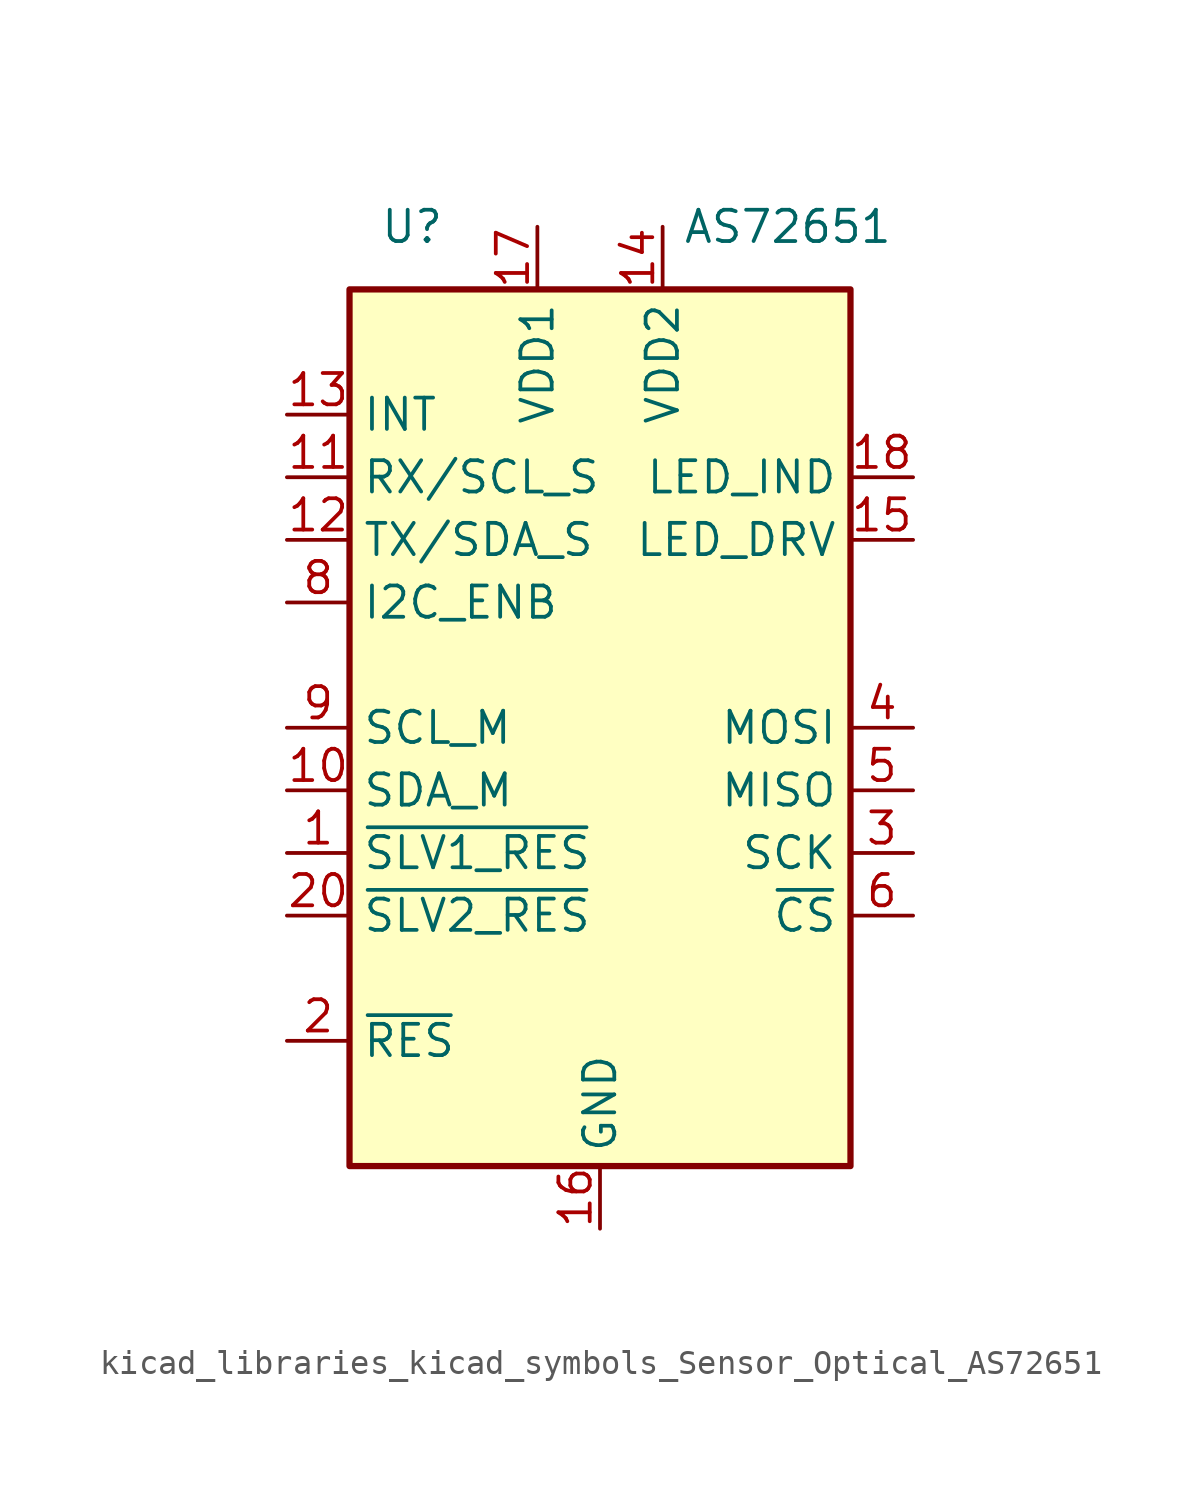
<source format=kicad_sym>
(kicad_symbol_lib
  (version 20220914)
  (generator kicad_symbol_editor)
  (symbol "kicad_libraries_kicad_symbols_Sensor_Optical_AS72651"
    (property "Reference" "U"
      (at -7.62 20.32 0)
      (effects (font (size 1.27 1.27))))
    (property "Value" "AS72651"
      (at 7.62 20.32 0)
      (effects (font (size 1.27 1.27))))
    (symbol "kicad_libraries_kicad_symbols_Sensor_Optical_AS72651_0_1"
      (rectangle (start 10.16 -17.78) (end -10.16 17.78) (stroke (width 0.254) (type default)) (fill (type background))))
    (symbol "kicad_libraries_kicad_symbols_Sensor_Optical_AS72651_1_1"
      (pin output line (at -12.7 -5.08 0) (length 2.54) (name "~{SLV1_RES}" (effects (font (size 1.27 1.27)))) (number "1" (effects (font (size 1.27 1.27)))))
      (pin bidirectional line (at -12.7 -2.54 0) (length 2.54) (name "SDA_M" (effects (font (size 1.27 1.27)))) (number "10" (effects (font (size 1.27 1.27)))))
      (pin input line (at -12.7 10.16 0) (length 2.54) (name "RX/SCL_S" (effects (font (size 1.27 1.27)))) (number "11" (effects (font (size 1.27 1.27)))))
      (pin bidirectional line (at -12.7 7.62 0) (length 2.54) (name "TX/SDA_S" (effects (font (size 1.27 1.27)))) (number "12" (effects (font (size 1.27 1.27)))))
      (pin output line (at -12.7 12.7 0) (length 2.54) (name "INT" (effects (font (size 1.27 1.27)))) (number "13" (effects (font (size 1.27 1.27)))))
      (pin power_in line (at 2.54 20.32 270) (length 2.54) (name "VDD2" (effects (font (size 1.27 1.27)))) (number "14" (effects (font (size 1.27 1.27)))))
      (pin output line (at 12.7 7.62 180) (length 2.54) (name "LED_DRV" (effects (font (size 1.27 1.27)))) (number "15" (effects (font (size 1.27 1.27)))))
      (pin power_in line (at 0 -20.32 90) (length 2.54) (name "GND" (effects (font (size 1.27 1.27)))) (number "16" (effects (font (size 1.27 1.27)))))
      (pin power_in line (at -2.54 20.32 270) (length 2.54) (name "VDD1" (effects (font (size 1.27 1.27)))) (number "17" (effects (font (size 1.27 1.27)))))
      (pin output line (at 12.7 10.16 180) (length 2.54) (name "LED_IND" (effects (font (size 1.27 1.27)))) (number "18" (effects (font (size 1.27 1.27)))))
      (pin no_connect line (at 10.16 -12.7 180) (length 2.54) hide (name "NC" (effects (font (size 1.27 1.27)))) (number "19" (effects (font (size 1.27 1.27)))))
      (pin input line (at -12.7 -12.7 0) (length 2.54) (name "~{RES}" (effects (font (size 1.27 1.27)))) (number "2" (effects (font (size 1.27 1.27)))))
      (pin output line (at -12.7 -7.62 0) (length 2.54) (name "~{SLV2_RES}" (effects (font (size 1.27 1.27)))) (number "20" (effects (font (size 1.27 1.27)))))
      (pin output line (at 12.7 -5.08 180) (length 2.54) (name "SCK" (effects (font (size 1.27 1.27)))) (number "3" (effects (font (size 1.27 1.27)))))
      (pin output line (at 12.7 0 180) (length 2.54) (name "MOSI" (effects (font (size 1.27 1.27)))) (number "4" (effects (font (size 1.27 1.27)))))
      (pin input line (at 12.7 -2.54 180) (length 2.54) (name "MISO" (effects (font (size 1.27 1.27)))) (number "5" (effects (font (size 1.27 1.27)))))
      (pin output line (at 12.7 -7.62 180) (length 2.54) (name "~{CS}" (effects (font (size 1.27 1.27)))) (number "6" (effects (font (size 1.27 1.27)))))
      (pin no_connect line (at 10.16 -10.16 180) (length 2.54) hide (name "NC" (effects (font (size 1.27 1.27)))) (number "7" (effects (font (size 1.27 1.27)))))
      (pin input line (at -12.7 5.08 0) (length 2.54) (name "I2C_ENB" (effects (font (size 1.27 1.27)))) (number "8" (effects (font (size 1.27 1.27)))))
      (pin output line (at -12.7 0 0) (length 2.54) (name "SCL_M" (effects (font (size 1.27 1.27)))) (number "9" (effects (font (size 1.27 1.27))))))))
</source>
